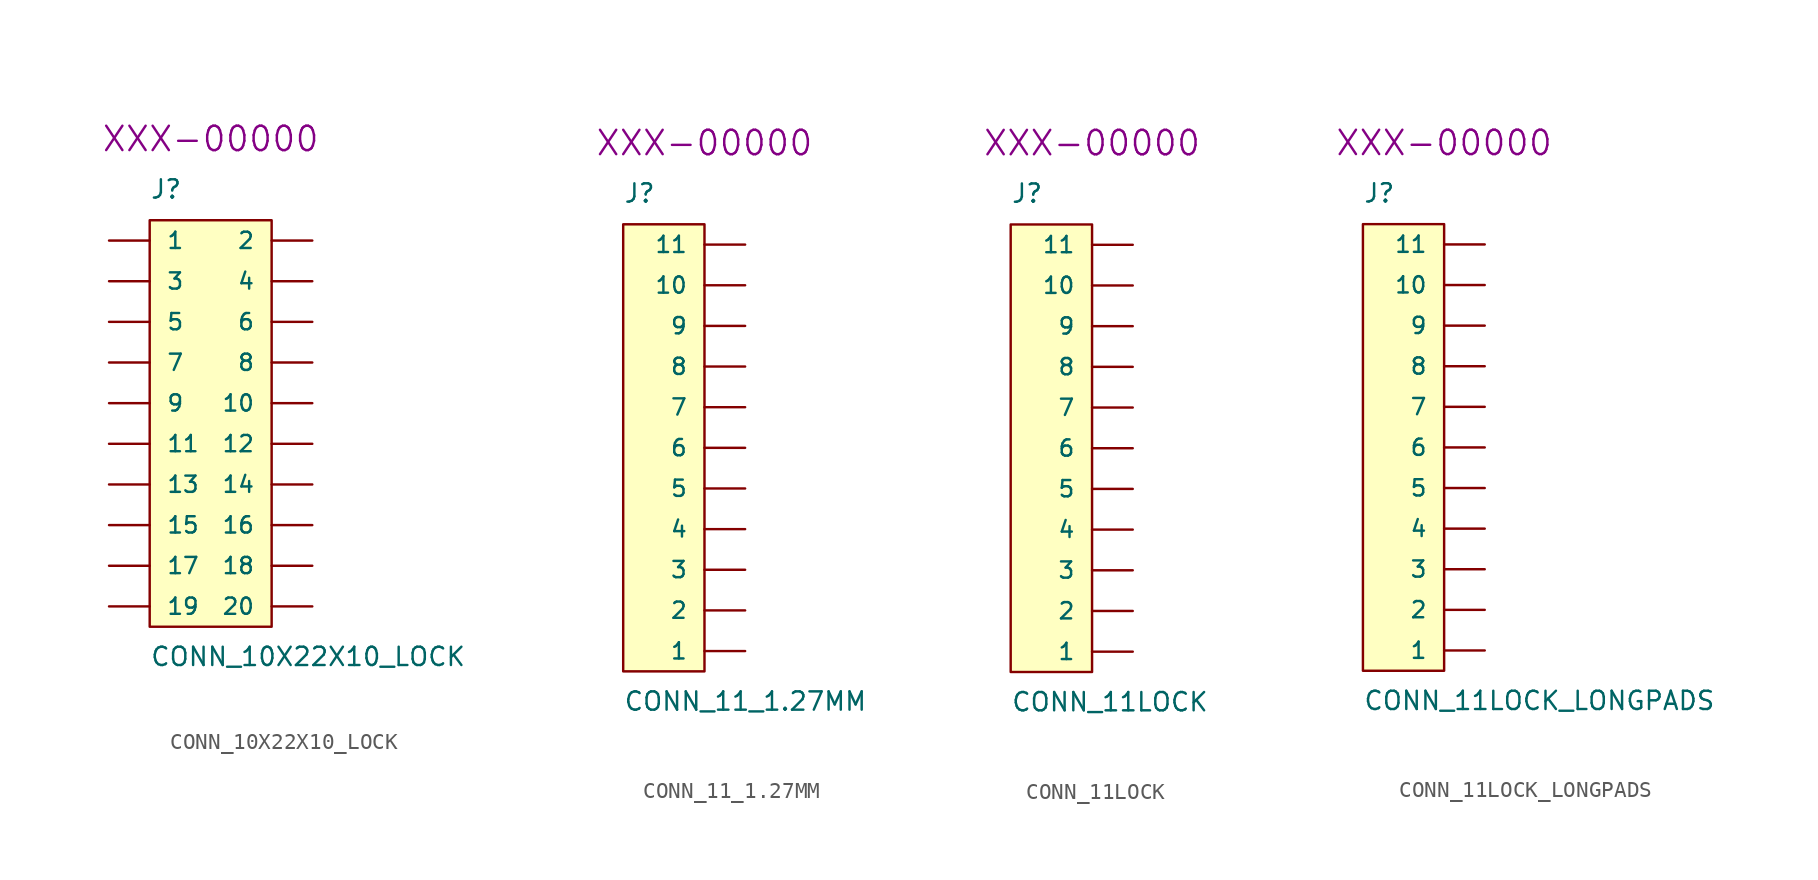
<source format=kicad_sym>
(kicad_symbol_lib
  (version 20201005)
  (generator kicad_symbol_editor)
  (symbol "CONN_10X22X10_LOCK"
    (pin_numbers hide)
    (pin_names
      (offset 1.016))
    (property "Reference" "J"
      (at -3.81 13.97 0)
      (effects (font (size 1.143 1.143)) (justify left bottom)))
    (property "Value" "CONN_10X22X10_LOCK"
      (at -3.81 -15.24 0)
      (effects (font (size 1.143 1.143)) (justify left bottom)))
    (property "Field4" "XXX-00000"
      (at 0 17.78 0)
      (effects (font (size 1.524 1.524))))
    (property "ki_locked" ""
      (at 0 0 0)
      (effects (font (size 1.27 1.27))))
    (symbol "CONN_10X22X10_LOCK_0_1"
      (rectangle (start 3.81 -12.7) (end -3.81 12.7) (stroke (width 0)) (fill (type background))))
    (symbol "CONN_10X22X10_LOCK_1_1"
      (pin passive line (at -6.35 11.43 0) (length 2.54) (name "1" (effects (font (size 1.016 1.016)))) (number "1" (effects (font (size 1.016 1.016)))))
      (pin passive line (at 6.35 11.43 180) (length 2.54) (name "2" (effects (font (size 1.016 1.016)))) (number "2" (effects (font (size 1.016 1.016)))))
      (pin passive line (at -6.35 8.89 0) (length 2.54) (name "3" (effects (font (size 1.016 1.016)))) (number "3" (effects (font (size 1.016 1.016)))))
      (pin passive line (at 6.35 8.89 180) (length 2.54) (name "4" (effects (font (size 1.016 1.016)))) (number "4" (effects (font (size 1.016 1.016)))))
      (pin passive line (at -6.35 6.35 0) (length 2.54) (name "5" (effects (font (size 1.016 1.016)))) (number "5" (effects (font (size 1.016 1.016)))))
      (pin passive line (at 6.35 6.35 180) (length 2.54) (name "6" (effects (font (size 1.016 1.016)))) (number "6" (effects (font (size 1.016 1.016)))))
      (pin passive line (at -6.35 3.81 0) (length 2.54) (name "7" (effects (font (size 1.016 1.016)))) (number "7" (effects (font (size 1.016 1.016)))))
      (pin passive line (at 6.35 3.81 180) (length 2.54) (name "8" (effects (font (size 1.016 1.016)))) (number "8" (effects (font (size 1.016 1.016)))))
      (pin passive line (at -6.35 1.27 0) (length 2.54) (name "9" (effects (font (size 1.016 1.016)))) (number "9" (effects (font (size 1.016 1.016)))))
      (pin passive line (at 6.35 1.27 180) (length 2.54) (name "10" (effects (font (size 1.016 1.016)))) (number "10" (effects (font (size 1.016 1.016)))))
      (pin passive line (at 6.35 -11.43 180) (length 2.54) (name "20" (effects (font (size 1.016 1.016)))) (number "20" (effects (font (size 1.016 1.016)))))
      (pin passive line (at -6.35 -1.27 0) (length 2.54) (name "11" (effects (font (size 1.016 1.016)))) (number "11" (effects (font (size 1.016 1.016)))))
      (pin passive line (at 6.35 -1.27 180) (length 2.54) (name "12" (effects (font (size 1.016 1.016)))) (number "12" (effects (font (size 1.016 1.016)))))
      (pin passive line (at -6.35 -3.81 0) (length 2.54) (name "13" (effects (font (size 1.016 1.016)))) (number "13" (effects (font (size 1.016 1.016)))))
      (pin passive line (at 6.35 -3.81 180) (length 2.54) (name "14" (effects (font (size 1.016 1.016)))) (number "14" (effects (font (size 1.016 1.016)))))
      (pin passive line (at -6.35 -6.35 0) (length 2.54) (name "15" (effects (font (size 1.016 1.016)))) (number "15" (effects (font (size 1.016 1.016)))))
      (pin passive line (at 6.35 -6.35 180) (length 2.54) (name "16" (effects (font (size 1.016 1.016)))) (number "16" (effects (font (size 1.016 1.016)))))
      (pin passive line (at -6.35 -8.89 0) (length 2.54) (name "17" (effects (font (size 1.016 1.016)))) (number "17" (effects (font (size 1.016 1.016)))))
      (pin passive line (at 6.35 -8.89 180) (length 2.54) (name "18" (effects (font (size 1.016 1.016)))) (number "18" (effects (font (size 1.016 1.016)))))
      (pin passive line (at -6.35 -11.43 0) (length 2.54) (name "19" (effects (font (size 1.016 1.016)))) (number "19" (effects (font (size 1.016 1.016)))))))
  (symbol "CONN_11_1.27MM"
    (pin_numbers hide)
    (pin_names
      (offset 1.016))
    (property "Reference" "J"
      (at -5.08 27.94 0)
      (effects (font (size 1.143 1.143)) (justify left bottom)))
    (property "Value" "CONN_11_1.27MM"
      (at -5.08 -3.81 0)
      (effects (font (size 1.143 1.143)) (justify left bottom)))
    (property "Field4" "XXX-00000"
      (at 0 31.75 0)
      (effects (font (size 1.524 1.524))))
    (property "ki_locked" ""
      (at 0 0 0)
      (effects (font (size 1.27 1.27))))
    (symbol "CONN_11_1.27MM_0_1"
      (rectangle (start 0 -1.27) (end -5.08 26.67) (stroke (width 0)) (fill (type background))))
    (symbol "CONN_11_1.27MM_1_1"
      (pin passive line (at 2.54 0 180) (length 2.54) (name "1" (effects (font (size 1.016 1.016)))) (number "1" (effects (font (size 1.016 1.016)))))
      (pin passive line (at 2.54 2.54 180) (length 2.54) (name "2" (effects (font (size 1.016 1.016)))) (number "2" (effects (font (size 1.016 1.016)))))
      (pin passive line (at 2.54 5.08 180) (length 2.54) (name "3" (effects (font (size 1.016 1.016)))) (number "3" (effects (font (size 1.016 1.016)))))
      (pin passive line (at 2.54 7.62 180) (length 2.54) (name "4" (effects (font (size 1.016 1.016)))) (number "4" (effects (font (size 1.016 1.016)))))
      (pin passive line (at 2.54 10.16 180) (length 2.54) (name "5" (effects (font (size 1.016 1.016)))) (number "5" (effects (font (size 1.016 1.016)))))
      (pin passive line (at 2.54 12.7 180) (length 2.54) (name "6" (effects (font (size 1.016 1.016)))) (number "6" (effects (font (size 1.016 1.016)))))
      (pin passive line (at 2.54 15.24 180) (length 2.54) (name "7" (effects (font (size 1.016 1.016)))) (number "7" (effects (font (size 1.016 1.016)))))
      (pin passive line (at 2.54 17.78 180) (length 2.54) (name "8" (effects (font (size 1.016 1.016)))) (number "8" (effects (font (size 1.016 1.016)))))
      (pin passive line (at 2.54 20.32 180) (length 2.54) (name "9" (effects (font (size 1.016 1.016)))) (number "9" (effects (font (size 1.016 1.016)))))
      (pin passive line (at 2.54 22.86 180) (length 2.54) (name "10" (effects (font (size 1.016 1.016)))) (number "10" (effects (font (size 1.016 1.016)))))
      (pin passive line (at 2.54 25.4 180) (length 2.54) (name "11" (effects (font (size 1.016 1.016)))) (number "11" (effects (font (size 1.016 1.016)))))))
  (symbol "CONN_11LOCK"
    (pin_numbers hide)
    (pin_names
      (offset 1.016))
    (property "Reference" "J"
      (at -5.08 27.94 0)
      (effects (font (size 1.143 1.143)) (justify left bottom)))
    (property "Value" "CONN_11LOCK"
      (at -5.08 -3.81 0)
      (effects (font (size 1.143 1.143)) (justify left bottom)))
    (property "Field4" "XXX-00000"
      (at 0 31.75 0)
      (effects (font (size 1.524 1.524))))
    (property "ki_locked" ""
      (at 0 0 0)
      (effects (font (size 1.27 1.27))))
    (symbol "CONN_11LOCK_0_1"
      (rectangle (start 0 -1.27) (end -5.08 26.67) (stroke (width 0)) (fill (type background))))
    (symbol "CONN_11LOCK_1_1"
      (pin passive line (at 2.54 0 180) (length 2.54) (name "1" (effects (font (size 1.016 1.016)))) (number "1" (effects (font (size 1.016 1.016)))))
      (pin passive line (at 2.54 2.54 180) (length 2.54) (name "2" (effects (font (size 1.016 1.016)))) (number "2" (effects (font (size 1.016 1.016)))))
      (pin passive line (at 2.54 5.08 180) (length 2.54) (name "3" (effects (font (size 1.016 1.016)))) (number "3" (effects (font (size 1.016 1.016)))))
      (pin passive line (at 2.54 7.62 180) (length 2.54) (name "4" (effects (font (size 1.016 1.016)))) (number "4" (effects (font (size 1.016 1.016)))))
      (pin passive line (at 2.54 10.16 180) (length 2.54) (name "5" (effects (font (size 1.016 1.016)))) (number "5" (effects (font (size 1.016 1.016)))))
      (pin passive line (at 2.54 12.7 180) (length 2.54) (name "6" (effects (font (size 1.016 1.016)))) (number "6" (effects (font (size 1.016 1.016)))))
      (pin passive line (at 2.54 15.24 180) (length 2.54) (name "7" (effects (font (size 1.016 1.016)))) (number "7" (effects (font (size 1.016 1.016)))))
      (pin passive line (at 2.54 17.78 180) (length 2.54) (name "8" (effects (font (size 1.016 1.016)))) (number "8" (effects (font (size 1.016 1.016)))))
      (pin passive line (at 2.54 20.32 180) (length 2.54) (name "9" (effects (font (size 1.016 1.016)))) (number "9" (effects (font (size 1.016 1.016)))))
      (pin passive line (at 2.54 22.86 180) (length 2.54) (name "10" (effects (font (size 1.016 1.016)))) (number "10" (effects (font (size 1.016 1.016)))))
      (pin passive line (at 2.54 25.4 180) (length 2.54) (name "11" (effects (font (size 1.016 1.016)))) (number "11" (effects (font (size 1.016 1.016)))))))
  (symbol "CONN_11LOCK_LONGPADS"
    (pin_numbers hide)
    (pin_names
      (offset 1.016))
    (property "Reference" "J"
      (at -5.08 27.94 0)
      (effects (font (size 1.143 1.143)) (justify left bottom)))
    (property "Value" "CONN_11LOCK_LONGPADS"
      (at -5.08 -3.81 0)
      (effects (font (size 1.143 1.143)) (justify left bottom)))
    (property "Field4" "XXX-00000"
      (at 0 31.75 0)
      (effects (font (size 1.524 1.524))))
    (property "ki_locked" ""
      (at 0 0 0)
      (effects (font (size 1.27 1.27))))
    (symbol "CONN_11LOCK_LONGPADS_0_1"
      (rectangle (start 0 -1.27) (end -5.08 26.67) (stroke (width 0)) (fill (type background))))
    (symbol "CONN_11LOCK_LONGPADS_1_1"
      (pin passive line (at 2.54 0 180) (length 2.54) (name "1" (effects (font (size 1.016 1.016)))) (number "1" (effects (font (size 1.016 1.016)))))
      (pin passive line (at 2.54 2.54 180) (length 2.54) (name "2" (effects (font (size 1.016 1.016)))) (number "2" (effects (font (size 1.016 1.016)))))
      (pin passive line (at 2.54 5.08 180) (length 2.54) (name "3" (effects (font (size 1.016 1.016)))) (number "3" (effects (font (size 1.016 1.016)))))
      (pin passive line (at 2.54 7.62 180) (length 2.54) (name "4" (effects (font (size 1.016 1.016)))) (number "4" (effects (font (size 1.016 1.016)))))
      (pin passive line (at 2.54 10.16 180) (length 2.54) (name "5" (effects (font (size 1.016 1.016)))) (number "5" (effects (font (size 1.016 1.016)))))
      (pin passive line (at 2.54 12.7 180) (length 2.54) (name "6" (effects (font (size 1.016 1.016)))) (number "6" (effects (font (size 1.016 1.016)))))
      (pin passive line (at 2.54 15.24 180) (length 2.54) (name "7" (effects (font (size 1.016 1.016)))) (number "7" (effects (font (size 1.016 1.016)))))
      (pin passive line (at 2.54 17.78 180) (length 2.54) (name "8" (effects (font (size 1.016 1.016)))) (number "8" (effects (font (size 1.016 1.016)))))
      (pin passive line (at 2.54 20.32 180) (length 2.54) (name "9" (effects (font (size 1.016 1.016)))) (number "9" (effects (font (size 1.016 1.016)))))
      (pin passive line (at 2.54 22.86 180) (length 2.54) (name "10" (effects (font (size 1.016 1.016)))) (number "10" (effects (font (size 1.016 1.016)))))
      (pin passive line (at 2.54 25.4 180) (length 2.54) (name "11" (effects (font (size 1.016 1.016)))) (number "11" (effects (font (size 1.016 1.016))))))))
</source>
